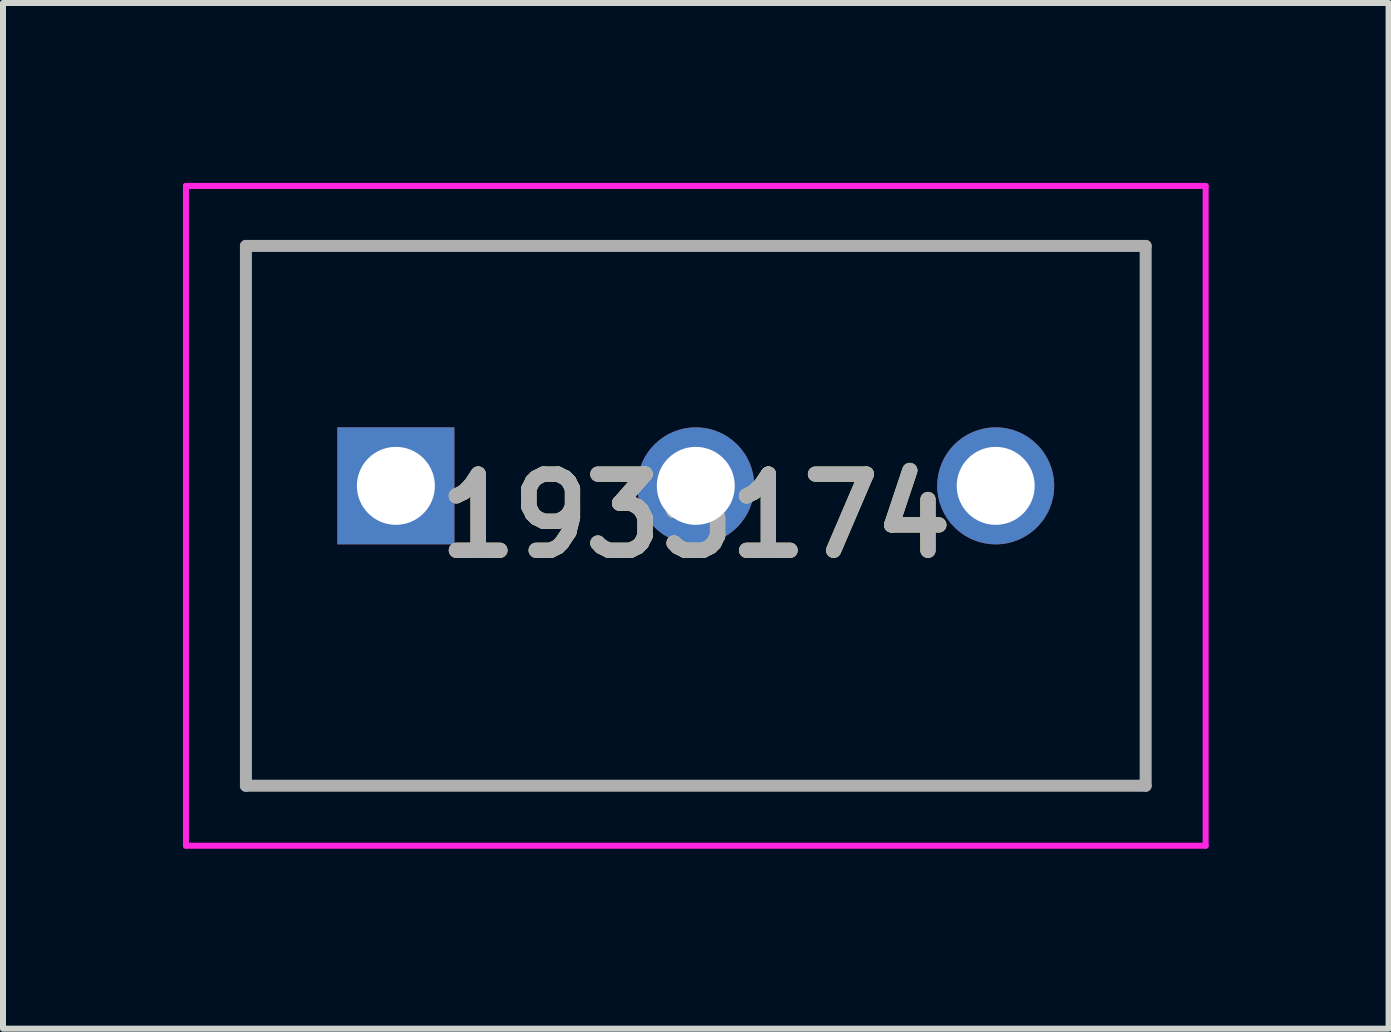
<source format=kicad_pcb>
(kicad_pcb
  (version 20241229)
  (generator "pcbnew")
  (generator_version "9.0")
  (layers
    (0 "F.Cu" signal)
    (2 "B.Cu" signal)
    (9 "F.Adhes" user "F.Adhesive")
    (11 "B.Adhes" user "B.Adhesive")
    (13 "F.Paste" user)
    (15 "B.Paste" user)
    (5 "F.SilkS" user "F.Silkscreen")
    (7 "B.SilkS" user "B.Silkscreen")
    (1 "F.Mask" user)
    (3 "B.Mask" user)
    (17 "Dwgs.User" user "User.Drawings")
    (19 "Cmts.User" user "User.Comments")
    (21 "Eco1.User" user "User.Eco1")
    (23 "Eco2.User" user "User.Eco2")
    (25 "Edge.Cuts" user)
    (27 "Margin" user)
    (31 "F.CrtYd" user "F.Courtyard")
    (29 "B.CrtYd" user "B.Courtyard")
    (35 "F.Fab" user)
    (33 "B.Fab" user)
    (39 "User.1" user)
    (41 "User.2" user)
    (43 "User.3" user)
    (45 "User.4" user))
  (footprint "1935174"
    (layer "F.Cu")
    (at 3.55 5.05)
    (property "Reference" "1935174" (at 5 0.5 0) (layer "F.SilkS") (effects (font (size 1.27 1.27) (thickness 0.254))))
    (attr through_hole)
    (fp_line (start -2.5 -4) (end -2.5 5) (stroke (width 0.1) (type solid)) (layer "F.SilkS"))
    (fp_line (start -2.5 5) (end 12.5 5) (stroke (width 0.1) (type solid)) (layer "F.SilkS"))
    (fp_line (start 12.5 -4) (end -2.5 -4) (stroke (width 0.1) (type solid)) (layer "F.SilkS"))
    (fp_line (start 12.5 5) (end 12.5 -4) (stroke (width 0.1) (type solid)) (layer "F.SilkS"))
    (fp_line (start -3.5 -5) (end 13.5 -5) (stroke (width 0.1) (type solid)) (layer "F.CrtYd"))
    (fp_line (start -3.5 6) (end -3.5 -5) (stroke (width 0.1) (type solid)) (layer "F.CrtYd"))
    (fp_line (start 13.5 -5) (end 13.5 6) (stroke (width 0.1) (type solid)) (layer "F.CrtYd"))
    (fp_line (start 13.5 6) (end -3.5 6) (stroke (width 0.1) (type solid)) (layer "F.CrtYd"))
    (fp_line (start -2.5 -4) (end -2.5 5) (stroke (width 0.2) (type solid)) (layer "F.Fab"))
    (fp_line (start -2.5 5) (end 12.5 5) (stroke (width 0.2) (type solid)) (layer "F.Fab"))
    (fp_line (start 12.5 -4) (end -2.5 -4) (stroke (width 0.2) (type solid)) (layer "F.Fab"))
    (fp_line (start 12.5 5) (end 12.5 -4) (stroke (width 0.2) (type solid)) (layer "F.Fab"))
    (fp_text user "${REFERENCE}" (at 5 0.5 0) (layer "F.Fab") (effects (font (size 1.27 1.27) (thickness 0.254))))
    (pad "1" thru_hole rect (at 0 0) (size 1.95 1.95) (drill 1.3) (layers "*.Cu" "*.Mask"))
    (pad "2" thru_hole circle (at 5 0) (size 1.95 1.95) (drill 1.3) (layers "*.Cu" "*.Mask"))
    (pad "3" thru_hole circle (at 10 0) (size 1.95 1.95) (drill 1.3) (layers "*.Cu" "*.Mask")))
  (gr_rect
    (start -3 -3)
    (end 20.1 14.1)
    (stroke (width 0.1) (type default))
    (fill no)
    (layer "Edge.Cuts")))
</source>
